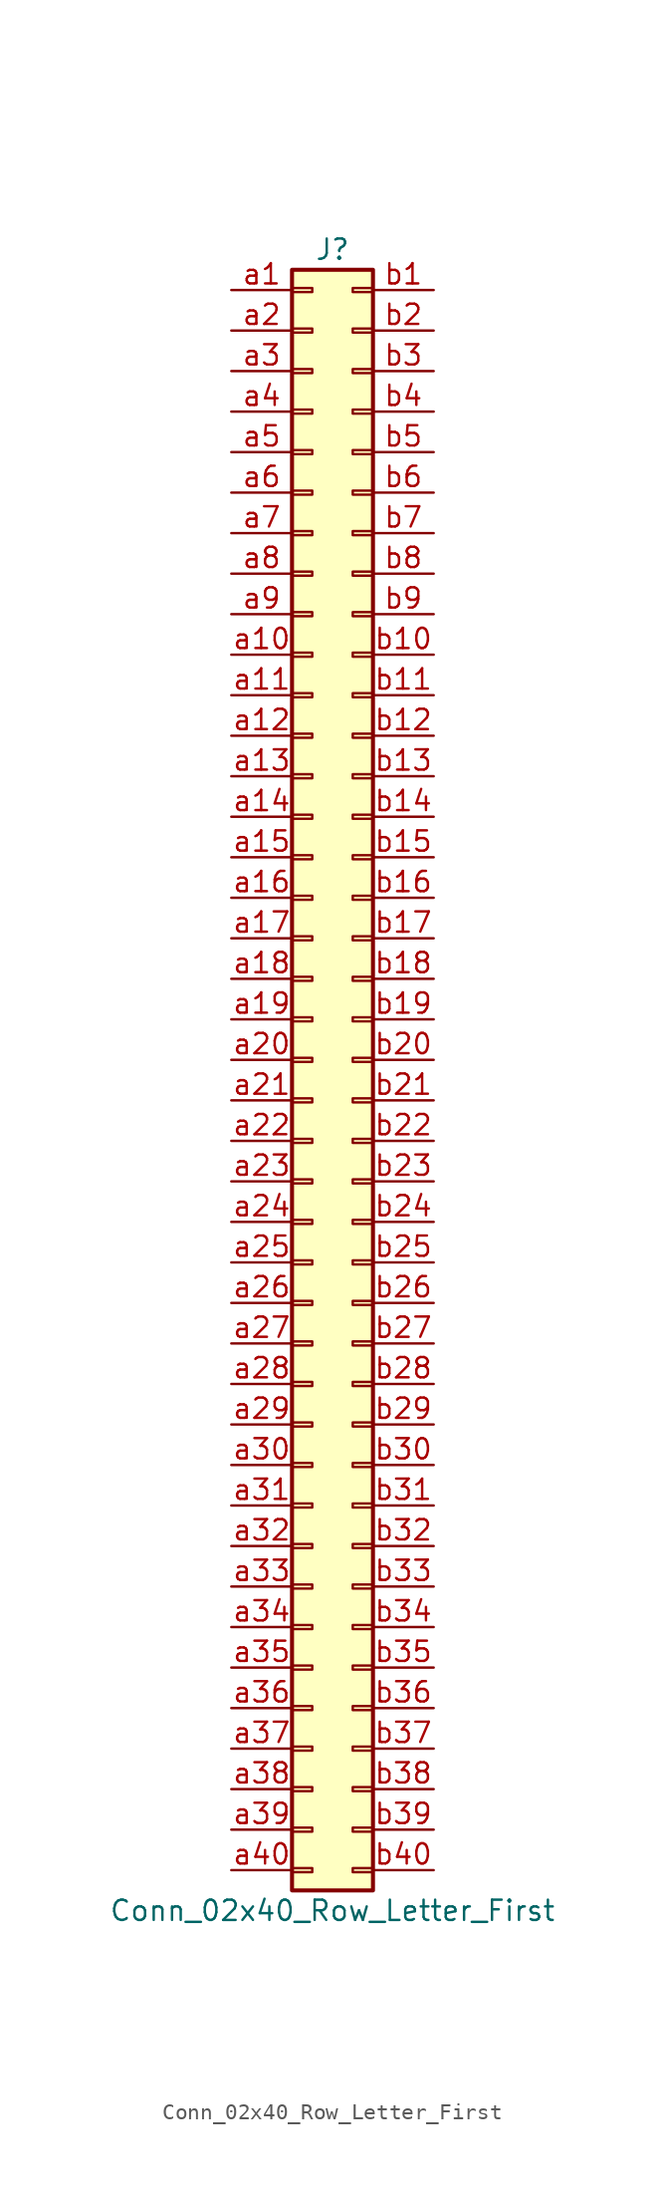
<source format=kicad_sym>
(kicad_symbol_lib
  (version 20201005)
  (generator kicad_symbol_editor)
  (symbol "Conn_02x40_Row_Letter_First"
    (pin_names
      (offset 1.016) hide)
    (property "Reference" "J"
      (at 1.27 50.8 0)
      (effects (font (size 1.27 1.27))))
    (property "Value" "Conn_02x40_Row_Letter_First"
      (at 1.27 -53.34 0)
      (effects (font (size 1.27 1.27))))
    (symbol "Conn_02x40_Row_Letter_First_1_1"
      (rectangle (start -1.27 -50.673) (end 0 -50.927) (stroke (width 0.152)) (fill (type none)))
      (rectangle (start -1.27 -48.133) (end 0 -48.387) (stroke (width 0.152)) (fill (type none)))
      (rectangle (start -1.27 -45.593) (end 0 -45.847) (stroke (width 0.152)) (fill (type none)))
      (rectangle (start -1.27 -43.053) (end 0 -43.307) (stroke (width 0.152)) (fill (type none)))
      (rectangle (start -1.27 -40.513) (end 0 -40.767) (stroke (width 0.152)) (fill (type none)))
      (rectangle (start -1.27 -37.973) (end 0 -38.227) (stroke (width 0.152)) (fill (type none)))
      (rectangle (start -1.27 -35.433) (end 0 -35.687) (stroke (width 0.152)) (fill (type none)))
      (rectangle (start -1.27 -32.893) (end 0 -33.147) (stroke (width 0.152)) (fill (type none)))
      (rectangle (start -1.27 -30.353) (end 0 -30.607) (stroke (width 0.152)) (fill (type none)))
      (rectangle (start -1.27 -27.813) (end 0 -28.067) (stroke (width 0.152)) (fill (type none)))
      (rectangle (start -1.27 -25.273) (end 0 -25.527) (stroke (width 0.152)) (fill (type none)))
      (rectangle (start -1.27 -22.733) (end 0 -22.987) (stroke (width 0.152)) (fill (type none)))
      (rectangle (start -1.27 -20.193) (end 0 -20.447) (stroke (width 0.152)) (fill (type none)))
      (rectangle (start -1.27 -17.653) (end 0 -17.907) (stroke (width 0.152)) (fill (type none)))
      (rectangle (start -1.27 -15.113) (end 0 -15.367) (stroke (width 0.152)) (fill (type none)))
      (rectangle (start -1.27 -12.573) (end 0 -12.827) (stroke (width 0.152)) (fill (type none)))
      (rectangle (start -1.27 -10.033) (end 0 -10.287) (stroke (width 0.152)) (fill (type none)))
      (rectangle (start -1.27 -7.493) (end 0 -7.747) (stroke (width 0.152)) (fill (type none)))
      (rectangle (start -1.27 -4.953) (end 0 -5.207) (stroke (width 0.152)) (fill (type none)))
      (rectangle (start -1.27 -2.413) (end 0 -2.667) (stroke (width 0.152)) (fill (type none)))
      (rectangle (start -1.27 0.127) (end 0 -0.127) (stroke (width 0.152)) (fill (type none)))
      (rectangle (start -1.27 2.667) (end 0 2.413) (stroke (width 0.152)) (fill (type none)))
      (rectangle (start -1.27 5.207) (end 0 4.953) (stroke (width 0.152)) (fill (type none)))
      (rectangle (start -1.27 7.747) (end 0 7.493) (stroke (width 0.152)) (fill (type none)))
      (rectangle (start -1.27 10.287) (end 0 10.033) (stroke (width 0.152)) (fill (type none)))
      (rectangle (start -1.27 12.827) (end 0 12.573) (stroke (width 0.152)) (fill (type none)))
      (rectangle (start -1.27 15.367) (end 0 15.113) (stroke (width 0.152)) (fill (type none)))
      (rectangle (start -1.27 17.907) (end 0 17.653) (stroke (width 0.152)) (fill (type none)))
      (rectangle (start -1.27 20.447) (end 0 20.193) (stroke (width 0.152)) (fill (type none)))
      (rectangle (start -1.27 22.987) (end 0 22.733) (stroke (width 0.152)) (fill (type none)))
      (rectangle (start -1.27 25.527) (end 0 25.273) (stroke (width 0.152)) (fill (type none)))
      (rectangle (start -1.27 28.067) (end 0 27.813) (stroke (width 0.152)) (fill (type none)))
      (rectangle (start -1.27 30.607) (end 0 30.353) (stroke (width 0.152)) (fill (type none)))
      (rectangle (start -1.27 33.147) (end 0 32.893) (stroke (width 0.152)) (fill (type none)))
      (rectangle (start -1.27 35.687) (end 0 35.433) (stroke (width 0.152)) (fill (type none)))
      (rectangle (start -1.27 38.227) (end 0 37.973) (stroke (width 0.152)) (fill (type none)))
      (rectangle (start -1.27 40.767) (end 0 40.513) (stroke (width 0.152)) (fill (type none)))
      (rectangle (start -1.27 43.307) (end 0 43.053) (stroke (width 0.152)) (fill (type none)))
      (rectangle (start -1.27 45.847) (end 0 45.593) (stroke (width 0.152)) (fill (type none)))
      (rectangle (start -1.27 48.387) (end 0 48.133) (stroke (width 0.152)) (fill (type none)))
      (rectangle (start -1.27 49.53) (end 3.81 -52.07) (stroke (width 0.254)) (fill (type background)))
      (rectangle (start 3.81 -50.673) (end 2.54 -50.927) (stroke (width 0.152)) (fill (type none)))
      (rectangle (start 3.81 -48.133) (end 2.54 -48.387) (stroke (width 0.152)) (fill (type none)))
      (rectangle (start 3.81 -45.593) (end 2.54 -45.847) (stroke (width 0.152)) (fill (type none)))
      (rectangle (start 3.81 -43.053) (end 2.54 -43.307) (stroke (width 0.152)) (fill (type none)))
      (rectangle (start 3.81 -40.513) (end 2.54 -40.767) (stroke (width 0.152)) (fill (type none)))
      (rectangle (start 3.81 -37.973) (end 2.54 -38.227) (stroke (width 0.152)) (fill (type none)))
      (rectangle (start 3.81 -35.433) (end 2.54 -35.687) (stroke (width 0.152)) (fill (type none)))
      (rectangle (start 3.81 -32.893) (end 2.54 -33.147) (stroke (width 0.152)) (fill (type none)))
      (rectangle (start 3.81 -30.353) (end 2.54 -30.607) (stroke (width 0.152)) (fill (type none)))
      (rectangle (start 3.81 -27.813) (end 2.54 -28.067) (stroke (width 0.152)) (fill (type none)))
      (rectangle (start 3.81 -25.273) (end 2.54 -25.527) (stroke (width 0.152)) (fill (type none)))
      (rectangle (start 3.81 -22.733) (end 2.54 -22.987) (stroke (width 0.152)) (fill (type none)))
      (rectangle (start 3.81 -20.193) (end 2.54 -20.447) (stroke (width 0.152)) (fill (type none)))
      (rectangle (start 3.81 -17.653) (end 2.54 -17.907) (stroke (width 0.152)) (fill (type none)))
      (rectangle (start 3.81 -15.113) (end 2.54 -15.367) (stroke (width 0.152)) (fill (type none)))
      (rectangle (start 3.81 -12.573) (end 2.54 -12.827) (stroke (width 0.152)) (fill (type none)))
      (rectangle (start 3.81 -10.033) (end 2.54 -10.287) (stroke (width 0.152)) (fill (type none)))
      (rectangle (start 3.81 -7.493) (end 2.54 -7.747) (stroke (width 0.152)) (fill (type none)))
      (rectangle (start 3.81 -4.953) (end 2.54 -5.207) (stroke (width 0.152)) (fill (type none)))
      (rectangle (start 3.81 -2.413) (end 2.54 -2.667) (stroke (width 0.152)) (fill (type none)))
      (rectangle (start 3.81 0.127) (end 2.54 -0.127) (stroke (width 0.152)) (fill (type none)))
      (rectangle (start 3.81 2.667) (end 2.54 2.413) (stroke (width 0.152)) (fill (type none)))
      (rectangle (start 3.81 5.207) (end 2.54 4.953) (stroke (width 0.152)) (fill (type none)))
      (rectangle (start 3.81 7.747) (end 2.54 7.493) (stroke (width 0.152)) (fill (type none)))
      (rectangle (start 3.81 10.287) (end 2.54 10.033) (stroke (width 0.152)) (fill (type none)))
      (rectangle (start 3.81 12.827) (end 2.54 12.573) (stroke (width 0.152)) (fill (type none)))
      (rectangle (start 3.81 15.367) (end 2.54 15.113) (stroke (width 0.152)) (fill (type none)))
      (rectangle (start 3.81 17.907) (end 2.54 17.653) (stroke (width 0.152)) (fill (type none)))
      (rectangle (start 3.81 20.447) (end 2.54 20.193) (stroke (width 0.152)) (fill (type none)))
      (rectangle (start 3.81 22.987) (end 2.54 22.733) (stroke (width 0.152)) (fill (type none)))
      (rectangle (start 3.81 25.527) (end 2.54 25.273) (stroke (width 0.152)) (fill (type none)))
      (rectangle (start 3.81 28.067) (end 2.54 27.813) (stroke (width 0.152)) (fill (type none)))
      (rectangle (start 3.81 30.607) (end 2.54 30.353) (stroke (width 0.152)) (fill (type none)))
      (rectangle (start 3.81 33.147) (end 2.54 32.893) (stroke (width 0.152)) (fill (type none)))
      (rectangle (start 3.81 35.687) (end 2.54 35.433) (stroke (width 0.152)) (fill (type none)))
      (rectangle (start 3.81 38.227) (end 2.54 37.973) (stroke (width 0.152)) (fill (type none)))
      (rectangle (start 3.81 40.767) (end 2.54 40.513) (stroke (width 0.152)) (fill (type none)))
      (rectangle (start 3.81 43.307) (end 2.54 43.053) (stroke (width 0.152)) (fill (type none)))
      (rectangle (start 3.81 45.847) (end 2.54 45.593) (stroke (width 0.152)) (fill (type none)))
      (rectangle (start 3.81 48.387) (end 2.54 48.133) (stroke (width 0.152)) (fill (type none)))
      (pin passive line (at -5.08 48.26 0) (length 3.81) (name "Pin_a1" (effects (font (size 1.27 1.27)))) (number "a1" (effects (font (size 1.27 1.27)))))
      (pin passive line (at -5.08 25.4 0) (length 3.81) (name "Pin_a10" (effects (font (size 1.27 1.27)))) (number "a10" (effects (font (size 1.27 1.27)))))
      (pin passive line (at -5.08 22.86 0) (length 3.81) (name "Pin_a11" (effects (font (size 1.27 1.27)))) (number "a11" (effects (font (size 1.27 1.27)))))
      (pin passive line (at -5.08 20.32 0) (length 3.81) (name "Pin_a12" (effects (font (size 1.27 1.27)))) (number "a12" (effects (font (size 1.27 1.27)))))
      (pin passive line (at -5.08 17.78 0) (length 3.81) (name "Pin_a13" (effects (font (size 1.27 1.27)))) (number "a13" (effects (font (size 1.27 1.27)))))
      (pin passive line (at -5.08 15.24 0) (length 3.81) (name "Pin_a14" (effects (font (size 1.27 1.27)))) (number "a14" (effects (font (size 1.27 1.27)))))
      (pin passive line (at -5.08 12.7 0) (length 3.81) (name "Pin_a15" (effects (font (size 1.27 1.27)))) (number "a15" (effects (font (size 1.27 1.27)))))
      (pin passive line (at -5.08 10.16 0) (length 3.81) (name "Pin_a16" (effects (font (size 1.27 1.27)))) (number "a16" (effects (font (size 1.27 1.27)))))
      (pin passive line (at -5.08 7.62 0) (length 3.81) (name "Pin_a17" (effects (font (size 1.27 1.27)))) (number "a17" (effects (font (size 1.27 1.27)))))
      (pin passive line (at -5.08 5.08 0) (length 3.81) (name "Pin_a18" (effects (font (size 1.27 1.27)))) (number "a18" (effects (font (size 1.27 1.27)))))
      (pin passive line (at -5.08 2.54 0) (length 3.81) (name "Pin_a19" (effects (font (size 1.27 1.27)))) (number "a19" (effects (font (size 1.27 1.27)))))
      (pin passive line (at -5.08 45.72 0) (length 3.81) (name "Pin_a2" (effects (font (size 1.27 1.27)))) (number "a2" (effects (font (size 1.27 1.27)))))
      (pin passive line (at -5.08 0 0) (length 3.81) (name "Pin_a20" (effects (font (size 1.27 1.27)))) (number "a20" (effects (font (size 1.27 1.27)))))
      (pin passive line (at -5.08 -2.54 0) (length 3.81) (name "Pin_a21" (effects (font (size 1.27 1.27)))) (number "a21" (effects (font (size 1.27 1.27)))))
      (pin passive line (at -5.08 -5.08 0) (length 3.81) (name "Pin_a22" (effects (font (size 1.27 1.27)))) (number "a22" (effects (font (size 1.27 1.27)))))
      (pin passive line (at -5.08 -7.62 0) (length 3.81) (name "Pin_a23" (effects (font (size 1.27 1.27)))) (number "a23" (effects (font (size 1.27 1.27)))))
      (pin passive line (at -5.08 -10.16 0) (length 3.81) (name "Pin_a24" (effects (font (size 1.27 1.27)))) (number "a24" (effects (font (size 1.27 1.27)))))
      (pin passive line (at -5.08 -12.7 0) (length 3.81) (name "Pin_a25" (effects (font (size 1.27 1.27)))) (number "a25" (effects (font (size 1.27 1.27)))))
      (pin passive line (at -5.08 -15.24 0) (length 3.81) (name "Pin_a26" (effects (font (size 1.27 1.27)))) (number "a26" (effects (font (size 1.27 1.27)))))
      (pin passive line (at -5.08 -17.78 0) (length 3.81) (name "Pin_a27" (effects (font (size 1.27 1.27)))) (number "a27" (effects (font (size 1.27 1.27)))))
      (pin passive line (at -5.08 -20.32 0) (length 3.81) (name "Pin_a28" (effects (font (size 1.27 1.27)))) (number "a28" (effects (font (size 1.27 1.27)))))
      (pin passive line (at -5.08 -22.86 0) (length 3.81) (name "Pin_a29" (effects (font (size 1.27 1.27)))) (number "a29" (effects (font (size 1.27 1.27)))))
      (pin passive line (at -5.08 43.18 0) (length 3.81) (name "Pin_a3" (effects (font (size 1.27 1.27)))) (number "a3" (effects (font (size 1.27 1.27)))))
      (pin passive line (at -5.08 -25.4 0) (length 3.81) (name "Pin_a30" (effects (font (size 1.27 1.27)))) (number "a30" (effects (font (size 1.27 1.27)))))
      (pin passive line (at -5.08 -27.94 0) (length 3.81) (name "Pin_a31" (effects (font (size 1.27 1.27)))) (number "a31" (effects (font (size 1.27 1.27)))))
      (pin passive line (at -5.08 -30.48 0) (length 3.81) (name "Pin_a32" (effects (font (size 1.27 1.27)))) (number "a32" (effects (font (size 1.27 1.27)))))
      (pin passive line (at -5.08 -33.02 0) (length 3.81) (name "Pin_a33" (effects (font (size 1.27 1.27)))) (number "a33" (effects (font (size 1.27 1.27)))))
      (pin passive line (at -5.08 -35.56 0) (length 3.81) (name "Pin_a34" (effects (font (size 1.27 1.27)))) (number "a34" (effects (font (size 1.27 1.27)))))
      (pin passive line (at -5.08 -38.1 0) (length 3.81) (name "Pin_a35" (effects (font (size 1.27 1.27)))) (number "a35" (effects (font (size 1.27 1.27)))))
      (pin passive line (at -5.08 -40.64 0) (length 3.81) (name "Pin_a36" (effects (font (size 1.27 1.27)))) (number "a36" (effects (font (size 1.27 1.27)))))
      (pin passive line (at -5.08 -43.18 0) (length 3.81) (name "Pin_a37" (effects (font (size 1.27 1.27)))) (number "a37" (effects (font (size 1.27 1.27)))))
      (pin passive line (at -5.08 -45.72 0) (length 3.81) (name "Pin_a38" (effects (font (size 1.27 1.27)))) (number "a38" (effects (font (size 1.27 1.27)))))
      (pin passive line (at -5.08 -48.26 0) (length 3.81) (name "Pin_a39" (effects (font (size 1.27 1.27)))) (number "a39" (effects (font (size 1.27 1.27)))))
      (pin passive line (at -5.08 40.64 0) (length 3.81) (name "Pin_a4" (effects (font (size 1.27 1.27)))) (number "a4" (effects (font (size 1.27 1.27)))))
      (pin passive line (at -5.08 -50.8 0) (length 3.81) (name "Pin_a40" (effects (font (size 1.27 1.27)))) (number "a40" (effects (font (size 1.27 1.27)))))
      (pin passive line (at -5.08 38.1 0) (length 3.81) (name "Pin_a5" (effects (font (size 1.27 1.27)))) (number "a5" (effects (font (size 1.27 1.27)))))
      (pin passive line (at -5.08 35.56 0) (length 3.81) (name "Pin_a6" (effects (font (size 1.27 1.27)))) (number "a6" (effects (font (size 1.27 1.27)))))
      (pin passive line (at -5.08 33.02 0) (length 3.81) (name "Pin_a7" (effects (font (size 1.27 1.27)))) (number "a7" (effects (font (size 1.27 1.27)))))
      (pin passive line (at -5.08 30.48 0) (length 3.81) (name "Pin_a8" (effects (font (size 1.27 1.27)))) (number "a8" (effects (font (size 1.27 1.27)))))
      (pin passive line (at -5.08 27.94 0) (length 3.81) (name "Pin_a9" (effects (font (size 1.27 1.27)))) (number "a9" (effects (font (size 1.27 1.27)))))
      (pin passive line (at 7.62 48.26 180) (length 3.81) (name "Pin_b1" (effects (font (size 1.27 1.27)))) (number "b1" (effects (font (size 1.27 1.27)))))
      (pin passive line (at 7.62 25.4 180) (length 3.81) (name "Pin_b10" (effects (font (size 1.27 1.27)))) (number "b10" (effects (font (size 1.27 1.27)))))
      (pin passive line (at 7.62 22.86 180) (length 3.81) (name "Pin_b11" (effects (font (size 1.27 1.27)))) (number "b11" (effects (font (size 1.27 1.27)))))
      (pin passive line (at 7.62 20.32 180) (length 3.81) (name "Pin_b12" (effects (font (size 1.27 1.27)))) (number "b12" (effects (font (size 1.27 1.27)))))
      (pin passive line (at 7.62 17.78 180) (length 3.81) (name "Pin_b13" (effects (font (size 1.27 1.27)))) (number "b13" (effects (font (size 1.27 1.27)))))
      (pin passive line (at 7.62 15.24 180) (length 3.81) (name "Pin_b14" (effects (font (size 1.27 1.27)))) (number "b14" (effects (font (size 1.27 1.27)))))
      (pin passive line (at 7.62 12.7 180) (length 3.81) (name "Pin_b15" (effects (font (size 1.27 1.27)))) (number "b15" (effects (font (size 1.27 1.27)))))
      (pin passive line (at 7.62 10.16 180) (length 3.81) (name "Pin_b16" (effects (font (size 1.27 1.27)))) (number "b16" (effects (font (size 1.27 1.27)))))
      (pin passive line (at 7.62 7.62 180) (length 3.81) (name "Pin_b17" (effects (font (size 1.27 1.27)))) (number "b17" (effects (font (size 1.27 1.27)))))
      (pin passive line (at 7.62 5.08 180) (length 3.81) (name "Pin_b18" (effects (font (size 1.27 1.27)))) (number "b18" (effects (font (size 1.27 1.27)))))
      (pin passive line (at 7.62 2.54 180) (length 3.81) (name "Pin_b19" (effects (font (size 1.27 1.27)))) (number "b19" (effects (font (size 1.27 1.27)))))
      (pin passive line (at 7.62 45.72 180) (length 3.81) (name "Pin_b2" (effects (font (size 1.27 1.27)))) (number "b2" (effects (font (size 1.27 1.27)))))
      (pin passive line (at 7.62 0 180) (length 3.81) (name "Pin_b20" (effects (font (size 1.27 1.27)))) (number "b20" (effects (font (size 1.27 1.27)))))
      (pin passive line (at 7.62 -2.54 180) (length 3.81) (name "Pin_b21" (effects (font (size 1.27 1.27)))) (number "b21" (effects (font (size 1.27 1.27)))))
      (pin passive line (at 7.62 -5.08 180) (length 3.81) (name "Pin_b22" (effects (font (size 1.27 1.27)))) (number "b22" (effects (font (size 1.27 1.27)))))
      (pin passive line (at 7.62 -7.62 180) (length 3.81) (name "Pin_b23" (effects (font (size 1.27 1.27)))) (number "b23" (effects (font (size 1.27 1.27)))))
      (pin passive line (at 7.62 -10.16 180) (length 3.81) (name "Pin_b24" (effects (font (size 1.27 1.27)))) (number "b24" (effects (font (size 1.27 1.27)))))
      (pin passive line (at 7.62 -12.7 180) (length 3.81) (name "Pin_b25" (effects (font (size 1.27 1.27)))) (number "b25" (effects (font (size 1.27 1.27)))))
      (pin passive line (at 7.62 -15.24 180) (length 3.81) (name "Pin_b26" (effects (font (size 1.27 1.27)))) (number "b26" (effects (font (size 1.27 1.27)))))
      (pin passive line (at 7.62 -17.78 180) (length 3.81) (name "Pin_b27" (effects (font (size 1.27 1.27)))) (number "b27" (effects (font (size 1.27 1.27)))))
      (pin passive line (at 7.62 -20.32 180) (length 3.81) (name "Pin_b28" (effects (font (size 1.27 1.27)))) (number "b28" (effects (font (size 1.27 1.27)))))
      (pin passive line (at 7.62 -22.86 180) (length 3.81) (name "Pin_b29" (effects (font (size 1.27 1.27)))) (number "b29" (effects (font (size 1.27 1.27)))))
      (pin passive line (at 7.62 43.18 180) (length 3.81) (name "Pin_b3" (effects (font (size 1.27 1.27)))) (number "b3" (effects (font (size 1.27 1.27)))))
      (pin passive line (at 7.62 -25.4 180) (length 3.81) (name "Pin_b30" (effects (font (size 1.27 1.27)))) (number "b30" (effects (font (size 1.27 1.27)))))
      (pin passive line (at 7.62 -27.94 180) (length 3.81) (name "Pin_b31" (effects (font (size 1.27 1.27)))) (number "b31" (effects (font (size 1.27 1.27)))))
      (pin passive line (at 7.62 -30.48 180) (length 3.81) (name "Pin_b32" (effects (font (size 1.27 1.27)))) (number "b32" (effects (font (size 1.27 1.27)))))
      (pin passive line (at 7.62 -33.02 180) (length 3.81) (name "Pin_b33" (effects (font (size 1.27 1.27)))) (number "b33" (effects (font (size 1.27 1.27)))))
      (pin passive line (at 7.62 -35.56 180) (length 3.81) (name "Pin_b34" (effects (font (size 1.27 1.27)))) (number "b34" (effects (font (size 1.27 1.27)))))
      (pin passive line (at 7.62 -38.1 180) (length 3.81) (name "Pin_b35" (effects (font (size 1.27 1.27)))) (number "b35" (effects (font (size 1.27 1.27)))))
      (pin passive line (at 7.62 -40.64 180) (length 3.81) (name "Pin_b36" (effects (font (size 1.27 1.27)))) (number "b36" (effects (font (size 1.27 1.27)))))
      (pin passive line (at 7.62 -43.18 180) (length 3.81) (name "Pin_b37" (effects (font (size 1.27 1.27)))) (number "b37" (effects (font (size 1.27 1.27)))))
      (pin passive line (at 7.62 -45.72 180) (length 3.81) (name "Pin_b38" (effects (font (size 1.27 1.27)))) (number "b38" (effects (font (size 1.27 1.27)))))
      (pin passive line (at 7.62 -48.26 180) (length 3.81) (name "Pin_b39" (effects (font (size 1.27 1.27)))) (number "b39" (effects (font (size 1.27 1.27)))))
      (pin passive line (at 7.62 40.64 180) (length 3.81) (name "Pin_b4" (effects (font (size 1.27 1.27)))) (number "b4" (effects (font (size 1.27 1.27)))))
      (pin passive line (at 7.62 -50.8 180) (length 3.81) (name "Pin_b40" (effects (font (size 1.27 1.27)))) (number "b40" (effects (font (size 1.27 1.27)))))
      (pin passive line (at 7.62 38.1 180) (length 3.81) (name "Pin_b5" (effects (font (size 1.27 1.27)))) (number "b5" (effects (font (size 1.27 1.27)))))
      (pin passive line (at 7.62 35.56 180) (length 3.81) (name "Pin_b6" (effects (font (size 1.27 1.27)))) (number "b6" (effects (font (size 1.27 1.27)))))
      (pin passive line (at 7.62 33.02 180) (length 3.81) (name "Pin_b7" (effects (font (size 1.27 1.27)))) (number "b7" (effects (font (size 1.27 1.27)))))
      (pin passive line (at 7.62 30.48 180) (length 3.81) (name "Pin_b8" (effects (font (size 1.27 1.27)))) (number "b8" (effects (font (size 1.27 1.27)))))
      (pin passive line (at 7.62 27.94 180) (length 3.81) (name "Pin_b9" (effects (font (size 1.27 1.27)))) (number "b9" (effects (font (size 1.27 1.27))))))))
</source>
